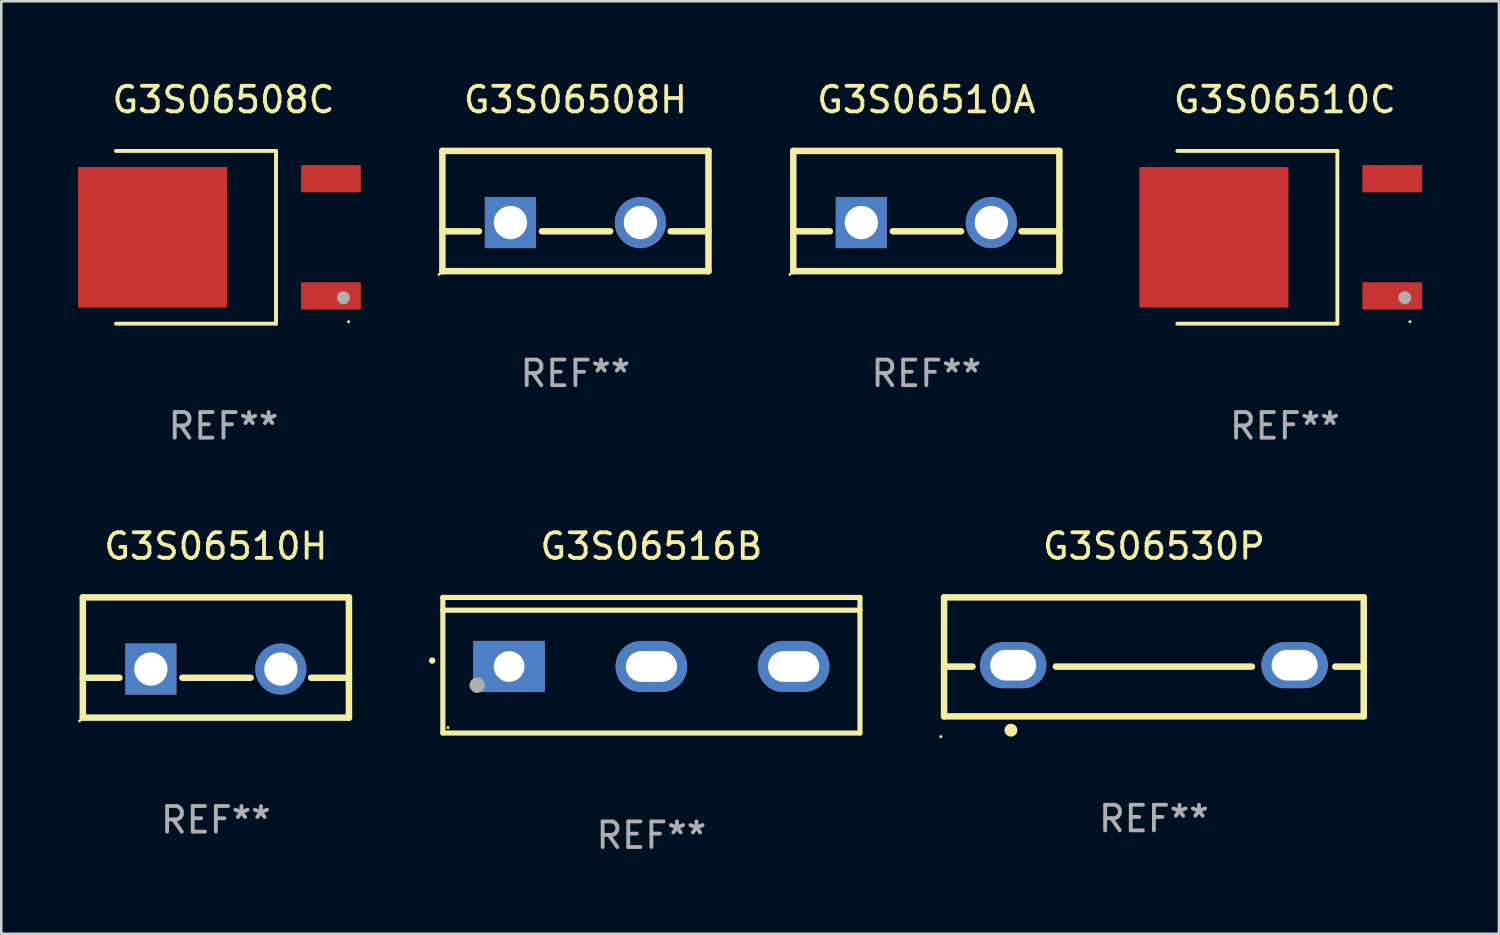
<source format=kicad_pcb>
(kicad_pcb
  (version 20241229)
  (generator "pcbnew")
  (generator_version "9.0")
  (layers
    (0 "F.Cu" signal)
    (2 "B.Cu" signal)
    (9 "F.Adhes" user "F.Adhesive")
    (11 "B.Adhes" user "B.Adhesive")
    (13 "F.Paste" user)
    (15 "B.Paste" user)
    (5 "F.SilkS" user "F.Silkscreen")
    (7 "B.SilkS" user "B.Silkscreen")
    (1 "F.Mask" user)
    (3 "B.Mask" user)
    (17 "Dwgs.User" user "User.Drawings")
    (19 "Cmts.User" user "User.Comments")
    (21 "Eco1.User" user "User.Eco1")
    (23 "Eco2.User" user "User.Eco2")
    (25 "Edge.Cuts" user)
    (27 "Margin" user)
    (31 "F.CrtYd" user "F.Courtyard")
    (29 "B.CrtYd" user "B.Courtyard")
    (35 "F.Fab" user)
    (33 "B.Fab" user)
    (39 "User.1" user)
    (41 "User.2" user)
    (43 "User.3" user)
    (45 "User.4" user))
  (footprint "G3S06510C"
    (layer "F.Cu")
    (at 47.164 6.224)
    (property "Reference" "G3S06510C" (at 0 -5.376 0) (layer "F.SilkS") (effects (font (size 1 1) (thickness 0.15))))
    (attr through_hole)
    (fp_line (start -4.2 -3.376) (end 2.053 -3.376) (stroke (width 0.152) (type solid)) (layer "F.SilkS"))
    (fp_line (start -4.2 3.376) (end 2.053 3.376) (stroke (width 0.152) (type solid)) (layer "F.SilkS"))
    (fp_line (start 2.053 3.376) (end 2.053 -3.376) (stroke (width 0.152) (type solid)) (layer "F.SilkS"))
    (fp_circle (center 4.889 3.3) (end 4.919 3.3) (stroke (width 0.06) (type solid)) (fill no) (layer "F.SilkS"))
    (fp_circle (center 4.686 2.362) (end 4.813 2.362) (stroke (width 0.254) (type solid)) (fill no) (layer "F.Fab"))
    (fp_text user "REF**" (at 0 7.376 0) (layer "F.Fab") (effects (font (size 1 1) (thickness 0.15))))
    (pad "1" smd rect (at 4.2 2.29) (size 2.336 1.064) (layers "F.Cu" "F.Mask" "F.Paste"))
    (pad "3" smd rect (at 4.2 -2.29) (size 2.336 1.064) (layers "F.Cu" "F.Mask" "F.Paste"))
    (pad "4" smd rect (at -2.771 0) (size 5.826 5.491) (layers "F.Cu" "F.Mask" "F.Paste")))
  (footprint "G3S06508C"
    (layer "F.Cu")
    (at 5.684 6.224)
    (property "Reference" "G3S06508C" (at 0 -5.376 0) (layer "F.SilkS") (effects (font (size 1 1) (thickness 0.15))))
    (attr through_hole)
    (fp_line (start -4.2 -3.376) (end 2.053 -3.376) (stroke (width 0.152) (type solid)) (layer "F.SilkS"))
    (fp_line (start -4.2 3.376) (end 2.053 3.376) (stroke (width 0.152) (type solid)) (layer "F.SilkS"))
    (fp_line (start 2.053 3.376) (end 2.053 -3.376) (stroke (width 0.152) (type solid)) (layer "F.SilkS"))
    (fp_circle (center 4.889 3.3) (end 4.919 3.3) (stroke (width 0.06) (type solid)) (fill no) (layer "F.SilkS"))
    (fp_circle (center 4.686 2.362) (end 4.813 2.362) (stroke (width 0.254) (type solid)) (fill no) (layer "F.Fab"))
    (fp_text user "REF**" (at 0 7.376 0) (layer "F.Fab") (effects (font (size 1 1) (thickness 0.15))))
    (pad "1" smd rect (at 4.2 2.29) (size 2.336 1.064) (layers "F.Cu" "F.Mask" "F.Paste"))
    (pad "3" smd rect (at 4.2 -2.29) (size 2.336 1.064) (layers "F.Cu" "F.Mask" "F.Paste"))
    (pad "4" smd rect (at -2.771 0) (size 5.826 5.491) (layers "F.Cu" "F.Mask" "F.Paste")))
  (footprint "G3S06530P"
    (layer "F.Cu")
    (at 42.047 22.622)
    (property "Reference" "G3S06530P" (at 0 -4.325 0) (layer "F.SilkS") (effects (font (size 1 1) (thickness 0.15))))
    (attr through_hole)
    (fp_line (start -8.2 -2.325) (end -8.2 2.325) (stroke (width 0.254) (type solid)) (layer "F.SilkS"))
    (fp_line (start -8.2 -2.325) (end 8.2 -2.325) (stroke (width 0.254) (type solid)) (layer "F.SilkS"))
    (fp_line (start -8.2 0.38) (end -7.09 0.38) (stroke (width 0.254) (type solid)) (layer "F.SilkS"))
    (fp_line (start -8.2 2.325) (end 8.2 2.325) (stroke (width 0.254) (type solid)) (layer "F.SilkS"))
    (fp_line (start -3.83 0.38) (end 3.83 0.38) (stroke (width 0.254) (type solid)) (layer "F.SilkS"))
    (fp_line (start 7.09 0.38) (end 8.2 0.38) (stroke (width 0.254) (type solid)) (layer "F.SilkS"))
    (fp_line (start 8.2 -2.325) (end 8.2 2.325) (stroke (width 0.254) (type solid)) (layer "F.SilkS"))
    (fp_circle (center -8.327 3.119) (end -8.297 3.119) (stroke (width 0.06) (type solid)) (fill no) (layer "F.SilkS"))
    (fp_circle (center -5.588 2.865) (end -5.461 2.865) (stroke (width 0.254) (type solid)) (fill no) (layer "F.SilkS"))
    (fp_text user "REF**" (at 0 6.325 0) (layer "F.Fab") (effects (font (size 1 1) (thickness 0.15))))
    (pad "1" thru_hole oval (at -5.5 0.325) (size 2.6 1.8) (drill oval 1.8 1.2) (layers "*.Cu" "*.Mask"))
    (pad "3" thru_hole oval (at 5.5 0.325) (size 2.6 1.8) (drill oval 1.8 1.2) (layers "*.Cu" "*.Mask")))
  (footprint "G3S06510H"
    (layer "F.Cu")
    (at 5.387 22.647)
    (property "Reference" "G3S06510H" (at 0 -4.35 0) (layer "F.SilkS") (effects (font (size 1 1) (thickness 0.15))))
    (attr through_hole)
    (fp_line (start -5.2 -2.35) (end -5.2 2.35) (stroke (width 0.254) (type solid)) (layer "F.SilkS"))
    (fp_line (start -5.2 -2.35) (end 5.2 -2.35) (stroke (width 0.254) (type solid)) (layer "F.SilkS"))
    (fp_line (start -5.2 0.792) (end -3.771 0.792) (stroke (width 0.254) (type solid)) (layer "F.SilkS"))
    (fp_line (start -5.2 2.35) (end 5.2 2.35) (stroke (width 0.254) (type solid)) (layer "F.SilkS"))
    (fp_line (start -1.309 0.792) (end 1.357 0.792) (stroke (width 0.254) (type solid)) (layer "F.SilkS"))
    (fp_line (start 3.723 0.792) (end 5.2 0.792) (stroke (width 0.254) (type solid)) (layer "F.SilkS"))
    (fp_line (start 5.2 -2.35) (end 5.2 2.35) (stroke (width 0.254) (type solid)) (layer "F.SilkS"))
    (fp_circle (center -5.327 2.477) (end -5.297 2.477) (stroke (width 0.06) (type solid)) (fill no) (layer "F.SilkS"))
    (fp_text user "REF**" (at 0 6.35 0) (layer "F.Fab") (effects (font (size 1 1) (thickness 0.15))))
    (pad "1" thru_hole rect (at -2.54 0.45) (size 2 2) (drill 1.3) (layers "*.Cu" "*.Mask"))
    (pad "2" thru_hole circle (at 2.54 0.45) (size 2 2) (drill 1.3) (layers "*.Cu" "*.Mask")))
  (footprint "G3S06516B"
    (layer "F.Cu")
    (at 22.408 22.948)
    (property "Reference" "G3S06516B" (at 0 -4.65 0) (layer "F.SilkS") (effects (font (size 1 1) (thickness 0.15))))
    (attr through_hole)
    (fp_line (start -8.151 -2.65) (end -8.151 2.65) (stroke (width 0.201) (type solid)) (layer "F.SilkS"))
    (fp_line (start 8.151 -2.65) (end -8.151 -2.65) (stroke (width 0.201) (type solid)) (layer "F.SilkS"))
    (fp_line (start 8.151 -2.15) (end -8.151 -2.15) (stroke (width 0.201) (type solid)) (layer "F.SilkS"))
    (fp_line (start 8.151 2.65) (end -8.151 2.65) (stroke (width 0.201) (type solid)) (layer "F.SilkS"))
    (fp_line (start 8.151 2.65) (end 8.151 -2.65) (stroke (width 0.201) (type solid)) (layer "F.SilkS"))
    (fp_arc (start -8.570003 -0.18048) (mid -8.568733 -0.180486) (end -8.567463 -0.18048) (stroke (width 0.24892) (type solid)) (layer "F.SilkS"))
    (fp_circle (center -7.95 2.44) (end -7.92 2.44) (stroke (width 0.06) (type solid)) (fill no) (layer "F.SilkS"))
    (fp_circle (center -6.81 0.78) (end -6.66 0.78) (stroke (width 0.3) (type solid)) (fill no) (layer "F.Fab"))
    (fp_text user "REF**" (at 0 6.65 0) (layer "F.Fab") (effects (font (size 1 1) (thickness 0.15))))
    (pad "1" thru_hole rect (at -5.56 0.05 90) (size 2 2.8) (drill 1.2) (layers "*.Cu" "*.Mask"))
    (pad "2" thru_hole oval (at 0 0.05 90) (size 2 2.8) (drill oval 1.2 2) (layers "*.Cu" "*.Mask"))
    (pad "3" thru_hole oval (at 5.56 0.05 90) (size 2 2.8) (drill oval 1.2 2) (layers "*.Cu" "*.Mask")))
  (footprint "G3S06510A"
    (layer "F.Cu")
    (at 33.153 5.198)
    (property "Reference" "G3S06510A" (at 0 -4.35 0) (layer "F.SilkS") (effects (font (size 1 1) (thickness 0.15))))
    (attr through_hole)
    (fp_line (start -5.2 -2.35) (end -5.2 2.35) (stroke (width 0.254) (type solid)) (layer "F.SilkS"))
    (fp_line (start -5.2 -2.35) (end 5.2 -2.35) (stroke (width 0.254) (type solid)) (layer "F.SilkS"))
    (fp_line (start -5.2 0.792) (end -3.771 0.792) (stroke (width 0.254) (type solid)) (layer "F.SilkS"))
    (fp_line (start -5.2 2.35) (end 5.2 2.35) (stroke (width 0.254) (type solid)) (layer "F.SilkS"))
    (fp_line (start -1.309 0.792) (end 1.357 0.792) (stroke (width 0.254) (type solid)) (layer "F.SilkS"))
    (fp_line (start 3.723 0.792) (end 5.2 0.792) (stroke (width 0.254) (type solid)) (layer "F.SilkS"))
    (fp_line (start 5.2 -2.35) (end 5.2 2.35) (stroke (width 0.254) (type solid)) (layer "F.SilkS"))
    (fp_circle (center -5.327 2.477) (end -5.297 2.477) (stroke (width 0.06) (type solid)) (fill no) (layer "F.SilkS"))
    (fp_text user "REF**" (at 0 6.35 0) (layer "F.Fab") (effects (font (size 1 1) (thickness 0.15))))
    (pad "1" thru_hole rect (at -2.54 0.45) (size 2 2) (drill 1.3) (layers "*.Cu" "*.Mask"))
    (pad "2" thru_hole circle (at 2.54 0.45) (size 2 2) (drill 1.3) (layers "*.Cu" "*.Mask")))
  (footprint "G3S06508H"
    (layer "F.Cu")
    (at 19.439 5.198)
    (property "Reference" "G3S06508H" (at 0 -4.35 0) (layer "F.SilkS") (effects (font (size 1 1) (thickness 0.15))))
    (attr through_hole)
    (fp_line (start -5.2 -2.35) (end -5.2 2.35) (stroke (width 0.254) (type solid)) (layer "F.SilkS"))
    (fp_line (start -5.2 -2.35) (end 5.2 -2.35) (stroke (width 0.254) (type solid)) (layer "F.SilkS"))
    (fp_line (start -5.2 0.792) (end -3.771 0.792) (stroke (width 0.254) (type solid)) (layer "F.SilkS"))
    (fp_line (start -5.2 2.35) (end 5.2 2.35) (stroke (width 0.254) (type solid)) (layer "F.SilkS"))
    (fp_line (start -1.309 0.792) (end 1.357 0.792) (stroke (width 0.254) (type solid)) (layer "F.SilkS"))
    (fp_line (start 3.723 0.792) (end 5.2 0.792) (stroke (width 0.254) (type solid)) (layer "F.SilkS"))
    (fp_line (start 5.2 -2.35) (end 5.2 2.35) (stroke (width 0.254) (type solid)) (layer "F.SilkS"))
    (fp_circle (center -5.327 2.477) (end -5.297 2.477) (stroke (width 0.06) (type solid)) (fill no) (layer "F.SilkS"))
    (fp_text user "REF**" (at 0 6.35 0) (layer "F.Fab") (effects (font (size 1 1) (thickness 0.15))))
    (pad "1" thru_hole rect (at -2.54 0.45) (size 2 2) (drill 1.3) (layers "*.Cu" "*.Mask"))
    (pad "2" thru_hole circle (at 2.54 0.45) (size 2 2) (drill 1.3) (layers "*.Cu" "*.Mask")))
  (gr_rect
    (start -3 -3)
    (end 55.532 33.446)
    (stroke (width 0.1) (type default))
    (fill no)
    (layer "Edge.Cuts")))
</source>
